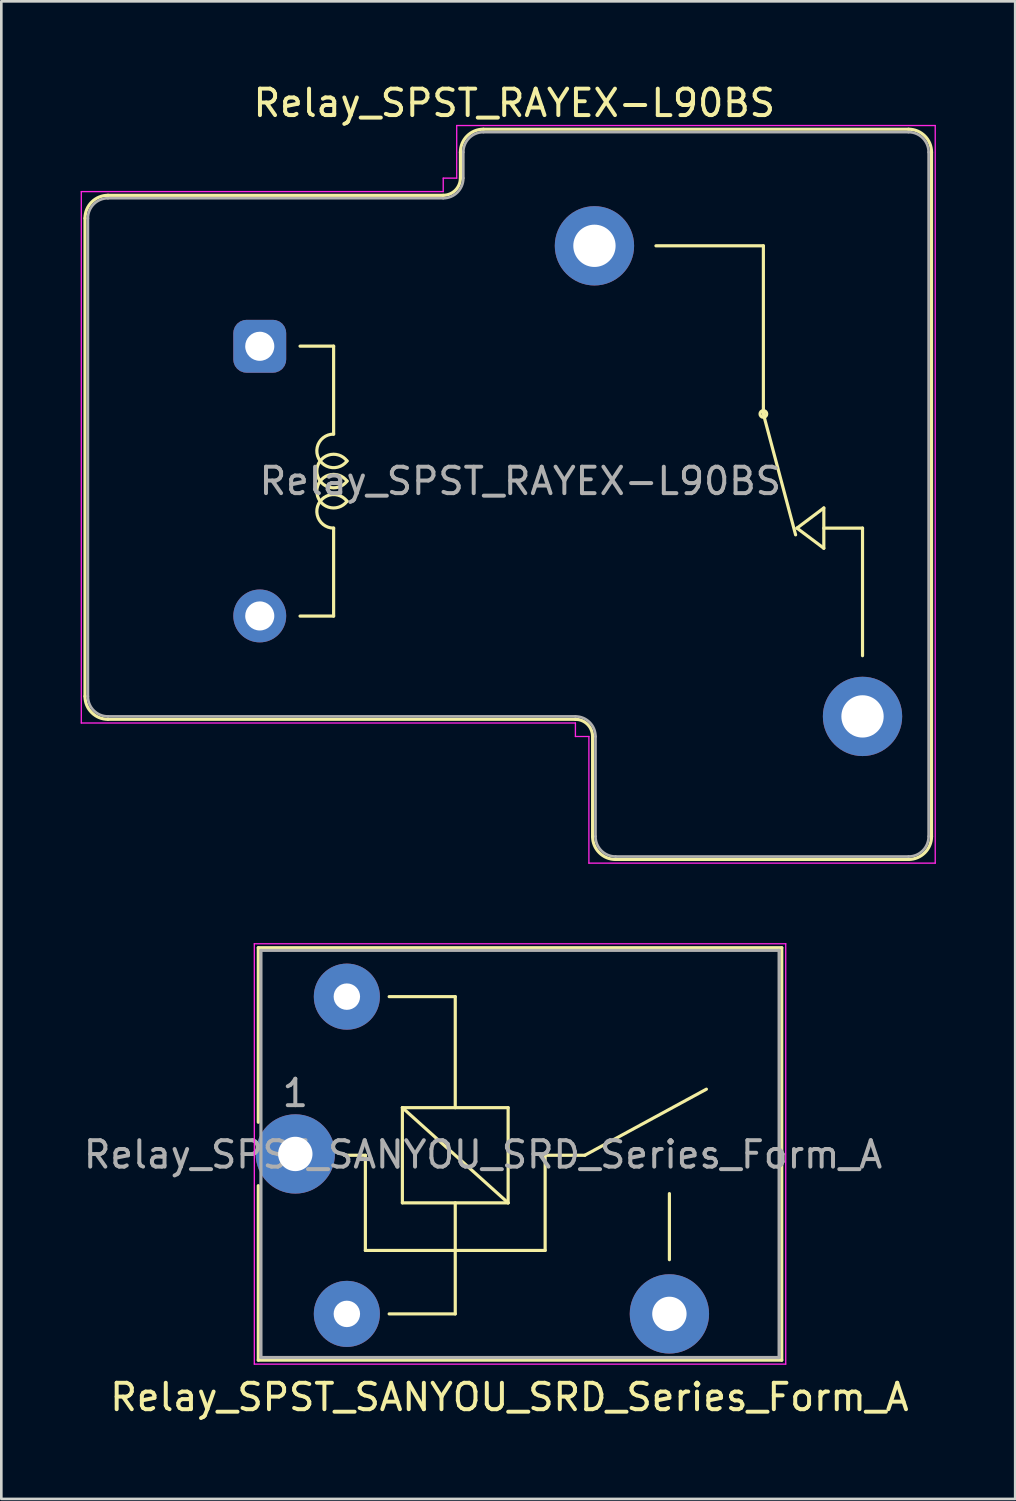
<source format=kicad_pcb>
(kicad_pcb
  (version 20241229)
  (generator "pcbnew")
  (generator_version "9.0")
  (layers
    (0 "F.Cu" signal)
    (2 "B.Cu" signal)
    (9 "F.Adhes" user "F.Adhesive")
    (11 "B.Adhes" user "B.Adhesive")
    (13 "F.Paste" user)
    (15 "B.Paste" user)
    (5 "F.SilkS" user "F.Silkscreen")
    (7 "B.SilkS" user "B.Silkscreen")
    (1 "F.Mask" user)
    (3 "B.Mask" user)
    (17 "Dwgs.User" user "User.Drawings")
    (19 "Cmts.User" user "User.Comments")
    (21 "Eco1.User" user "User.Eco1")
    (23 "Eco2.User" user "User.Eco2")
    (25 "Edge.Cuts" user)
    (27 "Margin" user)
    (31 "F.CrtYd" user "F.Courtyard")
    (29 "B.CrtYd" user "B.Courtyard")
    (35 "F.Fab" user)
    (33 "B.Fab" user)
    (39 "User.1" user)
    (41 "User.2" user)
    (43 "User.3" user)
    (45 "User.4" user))
  (footprint "Relay_SPST_RAYEX-L90BS"
    (layer "F.Cu")
    (at 4.235 15.148)
    (property "Reference" "Relay_SPST_RAYEX-L90BS" (at 12.167 -14.3 0) (layer "F.SilkS") (effects (font (size 1 1) (thickness 0.15))))
    (attr through_hole)
    (fp_line (start -4.07 -9.94) (end -4.07 8.14) (stroke (width 0.12) (type solid)) (layer "F.SilkS"))
    (fp_line (start -3.2 -10.81) (end 9.48 -10.81) (stroke (width 0.12) (type solid)) (layer "F.SilkS"))
    (fp_line (start -3.2 9.01) (end 14.48 9.01) (stroke (width 0.12) (type solid)) (layer "F.SilkS"))
    (fp_line (start 4.064 -5.105) (end 5.334 -5.105) (stroke (width 0.12) (type solid)) (layer "F.SilkS"))
    (fp_line (start 5.334 -1.778) (end 5.334 -5.105) (stroke (width 0.12) (type solid)) (layer "F.SilkS"))
    (fp_line (start 5.334 5.105) (end 4.064 5.105) (stroke (width 0.12) (type solid)) (layer "F.SilkS"))
    (fp_line (start 5.334 5.105) (end 5.334 1.778) (stroke (width 0.12) (type solid)) (layer "F.SilkS"))
    (fp_line (start 10.13 -12.44) (end 10.13 -11.46) (stroke (width 0.12) (type solid)) (layer "F.SilkS"))
    (fp_line (start 11 -13.31) (end 27.08 -13.31) (stroke (width 0.12) (type solid)) (layer "F.SilkS"))
    (fp_line (start 15.13 9.66) (end 15.13 13.44) (stroke (width 0.12) (type solid)) (layer "F.SilkS"))
    (fp_line (start 16 14.31) (end 27.08 14.31) (stroke (width 0.12) (type solid)) (layer "F.SilkS"))
    (fp_line (start 21.59 -8.9) (end 17.526 -8.9) (stroke (width 0.12) (type solid)) (layer "F.SilkS"))
    (fp_line (start 21.59 -2.54) (end 21.59 -8.9) (stroke (width 0.12) (type solid)) (layer "F.SilkS"))
    (fp_line (start 21.59 -2.54) (end 22.809 2.032) (stroke (width 0.12) (type solid)) (layer "F.SilkS"))
    (fp_line (start 22.86 1.778) (end 23.876 1.016) (stroke (width 0.12) (type solid)) (layer "F.SilkS"))
    (fp_line (start 23.876 1.778) (end 25.34 1.778) (stroke (width 0.12) (type solid)) (layer "F.SilkS"))
    (fp_line (start 23.876 2.54) (end 22.86 1.778) (stroke (width 0.12) (type solid)) (layer "F.SilkS"))
    (fp_line (start 23.876 2.54) (end 23.876 1.016) (stroke (width 0.12) (type solid)) (layer "F.SilkS"))
    (fp_line (start 25.34 1.778) (end 25.34 6.604) (stroke (width 0.12) (type solid)) (layer "F.SilkS"))
    (fp_line (start 27.95 -12.44) (end 27.95 13.44) (stroke (width 0.12) (type solid)) (layer "F.SilkS"))
    (fp_arc (start -4.07 -9.94) (mid -3.815183 -10.555183) (end -3.2 -10.81) (stroke (width 0.12) (type solid)) (layer "F.SilkS"))
    (fp_arc (start -3.2 9.01) (mid -3.815183 8.755183) (end -4.07 8.14) (stroke (width 0.12) (type solid)) (layer "F.SilkS"))
    (fp_arc (start 5.334002 1.777997) (mid 4.765966 0.859166) (end 5.841802 0.76173) (stroke (width 0.12) (type solid)) (layer "F.SilkS"))
    (fp_arc (start 5.8418 -0.761733) (mid 4.765964 -0.859168) (end 5.334 -1.778) (stroke (width 0.12) (type solid)) (layer "F.SilkS"))
    (fp_arc (start 5.842265 -0.000355) (mid 4.699002 -0.38078) (end 5.842 -0.762001) (stroke (width 0.12) (type solid)) (layer "F.SilkS"))
    (fp_arc (start 5.842266 0.761644) (mid 4.699003 0.381219) (end 5.842001 -0.000002) (stroke (width 0.12) (type solid)) (layer "F.SilkS"))
    (fp_arc (start 10.13 -12.44) (mid 10.384817 -13.055183) (end 11 -13.31) (stroke (width 0.12) (type solid)) (layer "F.SilkS"))
    (fp_arc (start 10.13 -11.46) (mid 9.939619 -11.000381) (end 9.48 -10.81) (stroke (width 0.12) (type solid)) (layer "F.SilkS"))
    (fp_arc (start 14.48 9.01) (mid 14.939619 9.200381) (end 15.13 9.66) (stroke (width 0.12) (type solid)) (layer "F.SilkS"))
    (fp_arc (start 16 14.31) (mid 15.384817 14.055183) (end 15.13 13.44) (stroke (width 0.12) (type solid)) (layer "F.SilkS"))
    (fp_arc (start 27.08 -13.31) (mid 27.695183 -13.055183) (end 27.95 -12.44) (stroke (width 0.12) (type solid)) (layer "F.SilkS"))
    (fp_arc (start 27.95 13.44) (mid 27.695183 14.055183) (end 27.08 14.31) (stroke (width 0.12) (type solid)) (layer "F.SilkS"))
    (fp_circle (center 21.59 -2.54) (end 21.59 -2.413) (stroke (width 0.12) (type solid)) (fill no) (layer "F.SilkS"))
    (fp_line (start -4.21 -10.95) (end -4.21 9.15) (stroke (width 0.05) (type solid)) (layer "F.CrtYd"))
    (fp_line (start -4.21 -10.95) (end 9.48 -10.95) (stroke (width 0.05) (type solid)) (layer "F.CrtYd"))
    (fp_line (start -4.21 9.15) (end 14.48 9.15) (stroke (width 0.05) (type solid)) (layer "F.CrtYd"))
    (fp_line (start 9.48 -11.46) (end 9.48 -10.95) (stroke (width 0.05) (type solid)) (layer "F.CrtYd"))
    (fp_line (start 9.48 -11.46) (end 9.99 -11.46) (stroke (width 0.05) (type solid)) (layer "F.CrtYd"))
    (fp_line (start 9.99 -13.45) (end 9.99 -11.46) (stroke (width 0.05) (type solid)) (layer "F.CrtYd"))
    (fp_line (start 9.99 -13.45) (end 28.09 -13.45) (stroke (width 0.05) (type solid)) (layer "F.CrtYd"))
    (fp_line (start 14.48 9.15) (end 14.48 9.66) (stroke (width 0.05) (type solid)) (layer "F.CrtYd"))
    (fp_line (start 14.48 9.66) (end 14.99 9.66) (stroke (width 0.05) (type solid)) (layer "F.CrtYd"))
    (fp_line (start 14.99 9.66) (end 14.99 14.45) (stroke (width 0.05) (type solid)) (layer "F.CrtYd"))
    (fp_line (start 14.99 14.45) (end 28.09 14.45) (stroke (width 0.05) (type solid)) (layer "F.CrtYd"))
    (fp_line (start 28.09 -13.45) (end 28.09 14.45) (stroke (width 0.05) (type solid)) (layer "F.CrtYd"))
    (fp_line (start -3.96 -9.94) (end -3.96 8.14) (stroke (width 0.1) (type solid)) (layer "F.Fab"))
    (fp_line (start -3.2 -10.7) (end 9.48 -10.7) (stroke (width 0.1) (type solid)) (layer "F.Fab"))
    (fp_line (start -3.2 8.9) (end 14.48 8.9) (stroke (width 0.1) (type solid)) (layer "F.Fab"))
    (fp_line (start 10.24 -12.44) (end 10.24 -11.46) (stroke (width 0.1) (type solid)) (layer "F.Fab"))
    (fp_line (start 11 -13.2) (end 27.08 -13.2) (stroke (width 0.1) (type solid)) (layer "F.Fab"))
    (fp_line (start 15.24 9.66) (end 15.24 13.44) (stroke (width 0.1) (type solid)) (layer "F.Fab"))
    (fp_line (start 16 14.2) (end 27.08 14.2) (stroke (width 0.1) (type solid)) (layer "F.Fab"))
    (fp_line (start 27.84 -12.44) (end 27.84 13.44) (stroke (width 0.1) (type solid)) (layer "F.Fab"))
    (fp_arc (start -3.96 -9.94) (mid -3.737401 -10.477401) (end -3.2 -10.7) (stroke (width 0.1) (type solid)) (layer "F.Fab"))
    (fp_arc (start -3.2 8.9) (mid -3.737401 8.677401) (end -3.96 8.14) (stroke (width 0.1) (type solid)) (layer "F.Fab"))
    (fp_arc (start 10.24 -12.44) (mid 10.462599 -12.977401) (end 11 -13.2) (stroke (width 0.1) (type solid)) (layer "F.Fab"))
    (fp_arc (start 10.24 -11.46) (mid 10.017401 -10.922599) (end 9.48 -10.7) (stroke (width 0.1) (type solid)) (layer "F.Fab"))
    (fp_arc (start 14.48 8.9) (mid 15.017401 9.122599) (end 15.24 9.66) (stroke (width 0.1) (type solid)) (layer "F.Fab"))
    (fp_arc (start 16 14.2) (mid 15.462599 13.977401) (end 15.24 13.44) (stroke (width 0.1) (type solid)) (layer "F.Fab"))
    (fp_arc (start 27.08 -13.2) (mid 27.617401 -12.977401) (end 27.84 -12.44) (stroke (width 0.1) (type solid)) (layer "F.Fab"))
    (fp_arc (start 27.84 13.44) (mid 27.617401 13.977401) (end 27.08 14.2) (stroke (width 0.1) (type solid)) (layer "F.Fab"))
    (fp_text user "${REFERENCE}" (at 12.395 0 0) (layer "F.Fab") (effects (font (size 1 1) (thickness 0.15))))
    (pad "11" thru_hole circle (at 15.2 -8.9 180) (size 3 3) (drill 1.6) (layers "*.Cu" "*.Mask"))
    (pad "12" thru_hole circle (at 25.34 8.9 180) (size 3 3) (drill 1.6) (layers "*.Cu" "*.Mask"))
    (pad "A1" thru_hole roundrect (at 2.54 -5.1 180) (size 2 2) (drill 1.1) (layers "*.Cu" "*.Mask") (roundrect_rratio 0.25))
    (pad "A2" thru_hole circle (at 2.54 5.1 180) (size 2 2) (drill 1.1) (layers "*.Cu" "*.Mask")))
  (footprint "Relay_SPST_SANYOU_SRD_Series_Form_A"
    (layer "F.Cu")
    (at 8.12 40.598)
    (property "Reference" "Relay_SPST_SANYOU_SRD_Series_Form_A" (at 8.1 9.2 0) (layer "F.SilkS") (effects (font (size 1 1) (thickness 0.15))))
    (attr through_hole)
    (fp_line (start -1.4 -7.8) (end -1.4 -1.2) (stroke (width 0.12) (type solid)) (layer "F.SilkS"))
    (fp_line (start -1.4 -7.8) (end 18.4 -7.8) (stroke (width 0.12) (type solid)) (layer "F.SilkS"))
    (fp_line (start -1.4 1.2) (end -1.4 7.8) (stroke (width 0.12) (type solid)) (layer "F.SilkS"))
    (fp_line (start 2.65 0.05) (end 1.85 0.05) (stroke (width 0.12) (type solid)) (layer "F.SilkS"))
    (fp_line (start 2.65 0.05) (end 2.65 3.65) (stroke (width 0.12) (type solid)) (layer "F.SilkS"))
    (fp_line (start 3.55 6.05) (end 6.05 6.05) (stroke (width 0.12) (type solid)) (layer "F.SilkS"))
    (fp_line (start 4.05 -1.75) (end 8.05 -1.75) (stroke (width 0.12) (type solid)) (layer "F.SilkS"))
    (fp_line (start 4.05 1.85) (end 4.05 -1.75) (stroke (width 0.12) (type solid)) (layer "F.SilkS"))
    (fp_line (start 6.05 -5.95) (end 3.55 -5.95) (stroke (width 0.12) (type solid)) (layer "F.SilkS"))
    (fp_line (start 6.05 -5.95) (end 6.05 -1.75) (stroke (width 0.12) (type solid)) (layer "F.SilkS"))
    (fp_line (start 6.05 1.85) (end 6.05 6.05) (stroke (width 0.12) (type solid)) (layer "F.SilkS"))
    (fp_line (start 8.05 -1.75) (end 8.05 1.85) (stroke (width 0.12) (type solid)) (layer "F.SilkS"))
    (fp_line (start 8.05 1.85) (end 4.05 -1.75) (stroke (width 0.12) (type solid)) (layer "F.SilkS"))
    (fp_line (start 8.05 1.85) (end 4.05 1.85) (stroke (width 0.12) (type solid)) (layer "F.SilkS"))
    (fp_line (start 9.45 0.05) (end 9.45 3.65) (stroke (width 0.12) (type solid)) (layer "F.SilkS"))
    (fp_line (start 9.45 0.05) (end 10.95 0.05) (stroke (width 0.12) (type solid)) (layer "F.SilkS"))
    (fp_line (start 9.45 3.65) (end 2.65 3.65) (stroke (width 0.12) (type solid)) (layer "F.SilkS"))
    (fp_line (start 10.95 0.05) (end 15.55 -2.45) (stroke (width 0.12) (type solid)) (layer "F.SilkS"))
    (fp_line (start 14.15 1.5) (end 14.15 4) (stroke (width 0.12) (type solid)) (layer "F.SilkS"))
    (fp_line (start 18.4 -7.8) (end 18.4 7.8) (stroke (width 0.12) (type solid)) (layer "F.SilkS"))
    (fp_line (start 18.4 7.8) (end -1.4 7.8) (stroke (width 0.12) (type solid)) (layer "F.SilkS"))
    (fp_line (start -1.55 7.95) (end -1.55 -7.95) (stroke (width 0.05) (type solid)) (layer "F.CrtYd"))
    (fp_line (start -1.55 7.95) (end 18.55 7.95) (stroke (width 0.05) (type solid)) (layer "F.CrtYd"))
    (fp_line (start 18.55 -7.95) (end -1.55 -7.95) (stroke (width 0.05) (type solid)) (layer "F.CrtYd"))
    (fp_line (start 18.55 -7.95) (end 18.55 7.95) (stroke (width 0.05) (type solid)) (layer "F.CrtYd"))
    (fp_line (start -1.3 -7.7) (end 18.3 -7.7) (stroke (width 0.12) (type solid)) (layer "F.Fab"))
    (fp_line (start -1.3 7.7) (end -1.3 -7.7) (stroke (width 0.12) (type solid)) (layer "F.Fab"))
    (fp_line (start 18.3 -7.7) (end 18.3 7.7) (stroke (width 0.12) (type solid)) (layer "F.Fab"))
    (fp_line (start 18.3 7.7) (end -1.3 7.7) (stroke (width 0.12) (type solid)) (layer "F.Fab"))
    (fp_text user "1" (at 0 -2.3 0) (layer "F.Fab") (effects (font (size 1 1) (thickness 0.15))))
    (fp_text user "${REFERENCE}" (at 7.1 0.025 0) (layer "F.Fab") (effects (font (size 1 1) (thickness 0.15))))
    (pad "1" thru_hole circle (at 0 0 90) (size 3 3) (drill 1.3) (layers "*.Cu" "*.Mask"))
    (pad "2" thru_hole circle (at 1.95 6.05 90) (size 2.5 2.5) (drill 1) (layers "*.Cu" "*.Mask"))
    (pad "3" thru_hole circle (at 14.15 6.05 90) (size 3 3) (drill 1.3) (layers "*.Cu" "*.Mask"))
    (pad "5" thru_hole circle (at 1.95 -5.95 90) (size 2.5 2.5) (drill 1) (layers "*.Cu" "*.Mask")))
  (gr_rect
    (start -3 -3)
    (end 35.35 53.647)
    (stroke (width 0.1) (type default))
    (fill no)
    (layer "Edge.Cuts")))
</source>
